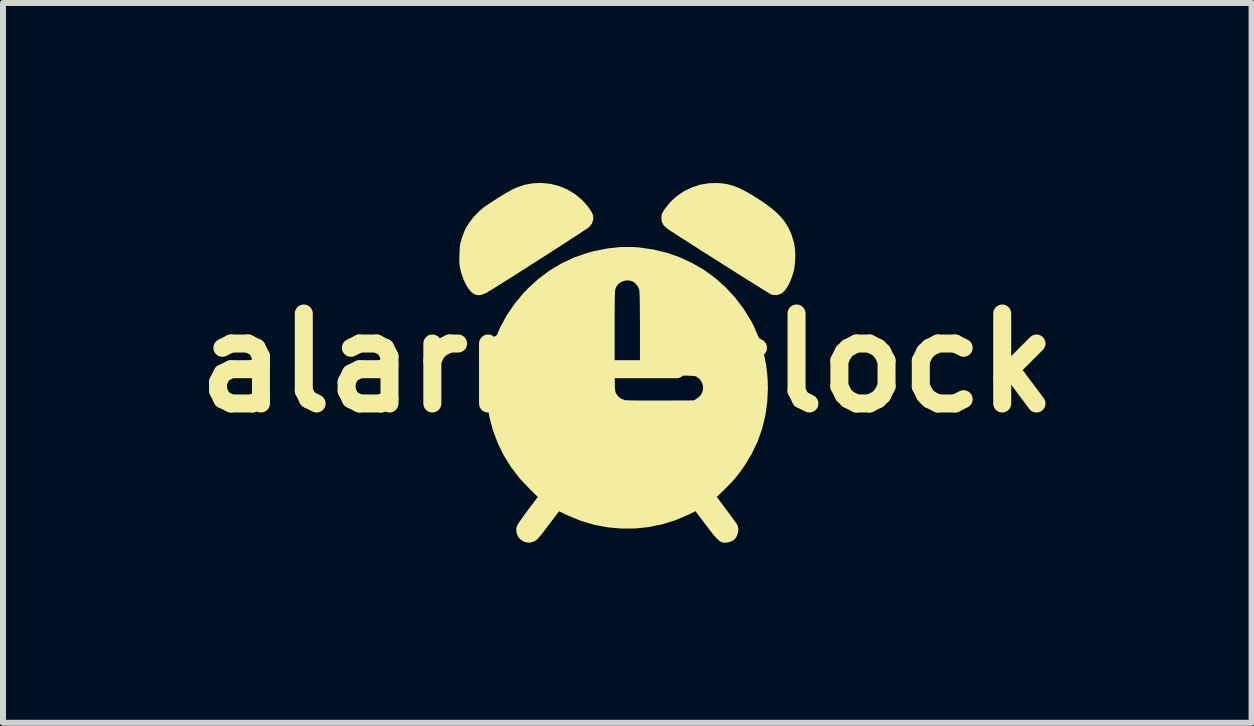
<source format=kicad_pcb>
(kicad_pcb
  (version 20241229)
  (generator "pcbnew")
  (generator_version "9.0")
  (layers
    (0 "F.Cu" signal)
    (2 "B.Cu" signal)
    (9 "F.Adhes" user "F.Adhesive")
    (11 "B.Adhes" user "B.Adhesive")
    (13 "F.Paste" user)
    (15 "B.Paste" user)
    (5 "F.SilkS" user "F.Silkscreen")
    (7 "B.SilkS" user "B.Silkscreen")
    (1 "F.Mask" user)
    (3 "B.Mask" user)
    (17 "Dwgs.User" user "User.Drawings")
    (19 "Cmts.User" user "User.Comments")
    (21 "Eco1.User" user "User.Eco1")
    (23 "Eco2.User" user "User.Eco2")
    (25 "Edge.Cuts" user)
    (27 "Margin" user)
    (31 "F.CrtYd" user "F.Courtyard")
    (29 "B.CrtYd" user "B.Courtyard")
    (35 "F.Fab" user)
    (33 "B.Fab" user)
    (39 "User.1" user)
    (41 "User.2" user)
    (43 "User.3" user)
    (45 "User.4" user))
  (footprint "alarm-clock"
    (layer "F.Cu")
    (at 7.407 2.998)
    (property "Reference" "alarm-clock" (at 0 0 0) (layer "F.SilkS") (effects (font (size 1.5 1.5) (thickness 0.3))))
    (attr board_only exclude_from_pos_files exclude_from_bom)
    (fp_poly (pts (xy 1.583 -2.991) (xy 1.66 -2.979) (xy 1.734 -2.961) (xy 1.81 -2.935) (xy 1.889 -2.901) (xy 1.977 -2.856) (xy 2.075 -2.799) (xy 2.188 -2.729) (xy 2.203 -2.719) (xy 2.338 -2.627) (xy 2.453 -2.537) (xy 2.547 -2.446) (xy 2.625 -2.351) (xy 2.687 -2.251) (xy 2.736 -2.142) (xy 2.773 -2.022) (xy 2.784 -1.977) (xy 2.797 -1.885) (xy 2.801 -1.78) (xy 2.796 -1.672) (xy 2.783 -1.568) (xy 2.761 -1.478) (xy 2.76 -1.477) (xy 2.721 -1.367) (xy 2.678 -1.28) (xy 2.633 -1.214) (xy 2.585 -1.167) (xy 2.55 -1.147) (xy 2.486 -1.128) (xy 2.422 -1.132) (xy 2.397 -1.14) (xy 2.383 -1.147) (xy 2.352 -1.167) (xy 2.303 -1.196) (xy 2.241 -1.235) (xy 2.166 -1.282) (xy 2.08 -1.336) (xy 1.984 -1.396) (xy 1.881 -1.46) (xy 1.773 -1.529) (xy 1.66 -1.6) (xy 1.546 -1.672) (xy 1.431 -1.745) (xy 1.317 -1.817) (xy 1.207 -1.887) (xy 1.101 -1.955) (xy 1.002 -2.018) (xy 0.911 -2.076) (xy 0.831 -2.127) (xy 0.763 -2.172) (xy 0.708 -2.207) (xy 0.701 -2.212) (xy 0.641 -2.257) (xy 0.601 -2.3) (xy 0.578 -2.347) (xy 0.569 -2.402) (xy 0.569 -2.416) (xy 0.57 -2.451) (xy 0.576 -2.48) (xy 0.589 -2.508) (xy 0.612 -2.545) (xy 0.626 -2.566) (xy 0.717 -2.68) (xy 0.825 -2.779) (xy 0.946 -2.861) (xy 1.078 -2.925) (xy 1.218 -2.97) (xy 1.363 -2.994) (xy 1.5 -2.997)) (stroke (width 0) (type solid)) (fill yes) (layer "F.SilkS"))
    (fp_poly (pts (xy -1.278 -2.983) (xy -1.135 -2.946) (xy -0.998 -2.889) (xy -0.87 -2.812) (xy -0.77 -2.73) (xy -0.716 -2.675) (xy -0.665 -2.616) (xy -0.622 -2.557) (xy -0.589 -2.503) (xy -0.57 -2.458) (xy -0.568 -2.449) (xy -0.568 -2.385) (xy -0.589 -2.323) (xy -0.628 -2.27) (xy -0.631 -2.267) (xy -0.647 -2.255) (xy -0.681 -2.231) (xy -0.731 -2.198) (xy -0.796 -2.155) (xy -0.874 -2.104) (xy -0.962 -2.047) (xy -1.059 -1.984) (xy -1.163 -1.917) (xy -1.273 -1.846) (xy -1.386 -1.774) (xy -1.501 -1.7) (xy -1.616 -1.627) (xy -1.729 -1.555) (xy -1.838 -1.485) (xy -1.941 -1.42) (xy -2.038 -1.359) (xy -2.125 -1.304) (xy -2.201 -1.257) (xy -2.265 -1.217) (xy -2.314 -1.188) (xy -2.347 -1.168) (xy -2.354 -1.164) (xy -2.42 -1.136) (xy -2.477 -1.126) (xy -2.529 -1.135) (xy -2.552 -1.145) (xy -2.6 -1.179) (xy -2.646 -1.233) (xy -2.69 -1.304) (xy -2.73 -1.389) (xy -2.763 -1.484) (xy -2.779 -1.543) (xy -2.79 -1.591) (xy -2.796 -1.634) (xy -2.8 -1.68) (xy -2.8 -1.735) (xy -2.798 -1.806) (xy -2.798 -1.811) (xy -2.795 -1.882) (xy -2.791 -1.936) (xy -2.785 -1.981) (xy -2.775 -2.023) (xy -2.761 -2.069) (xy -2.756 -2.083) (xy -2.733 -2.149) (xy -2.713 -2.201) (xy -2.692 -2.245) (xy -2.665 -2.29) (xy -2.633 -2.338) (xy -2.562 -2.431) (xy -2.476 -2.52) (xy -2.383 -2.599) (xy -2.34 -2.629) (xy -2.227 -2.703) (xy -2.122 -2.769) (xy -2.029 -2.826) (xy -1.949 -2.871) (xy -1.885 -2.905) (xy -1.86 -2.916) (xy -1.718 -2.966) (xy -1.571 -2.993) (xy -1.424 -2.998)) (stroke (width 0) (type solid)) (fill yes) (layer "F.SilkS"))
    (fp_poly (pts (xy 0.199 -1.923) (xy 0.433 -1.889) (xy 0.66 -1.834) (xy 0.878 -1.758) (xy 1.086 -1.661) (xy 1.283 -1.546) (xy 1.467 -1.412) (xy 1.638 -1.26) (xy 1.795 -1.091) (xy 1.935 -0.907) (xy 2.059 -0.707) (xy 2.104 -0.622) (xy 2.196 -0.412) (xy 2.266 -0.196) (xy 2.314 0.028) (xy 2.339 0.259) (xy 2.344 0.418) (xy 2.333 0.654) (xy 2.301 0.881) (xy 2.248 1.099) (xy 2.173 1.31) (xy 2.076 1.513) (xy 1.972 1.688) (xy 1.896 1.799) (xy 1.821 1.897) (xy 1.74 1.99) (xy 1.647 2.085) (xy 1.621 2.111) (xy 1.492 2.235) (xy 1.661 2.462) (xy 1.709 2.526) (xy 1.753 2.586) (xy 1.79 2.638) (xy 1.819 2.68) (xy 1.836 2.707) (xy 1.841 2.716) (xy 1.852 2.773) (xy 1.845 2.835) (xy 1.823 2.894) (xy 1.789 2.941) (xy 1.785 2.945) (xy 1.742 2.972) (xy 1.688 2.992) (xy 1.634 3) (xy 1.633 3) (xy 1.603 2.998) (xy 1.575 2.991) (xy 1.547 2.977) (xy 1.517 2.953) (xy 1.482 2.919) (xy 1.441 2.872) (xy 1.391 2.809) (xy 1.33 2.73) (xy 1.316 2.711) (xy 1.137 2.474) (xy 1.005 2.538) (xy 0.794 2.627) (xy 0.576 2.694) (xy 0.354 2.739) (xy 0.128 2.762) (xy -0.099 2.763) (xy -0.324 2.743) (xy -0.547 2.701) (xy -0.766 2.637) (xy -0.978 2.551) (xy -1.005 2.538) (xy -1.137 2.475) (xy -1.316 2.711) (xy -1.374 2.788) (xy -1.42 2.847) (xy -1.457 2.892) (xy -1.487 2.925) (xy -1.51 2.949) (xy -1.531 2.965) (xy -1.547 2.974) (xy -1.612 2.997) (xy -1.675 2.996) (xy -1.73 2.978) (xy -1.786 2.941) (xy -1.826 2.889) (xy -1.848 2.826) (xy -1.85 2.756) (xy -1.847 2.739) (xy -1.837 2.714) (xy -1.811 2.671) (xy -1.771 2.612) (xy -1.717 2.536) (xy -1.666 2.467) (xy -1.492 2.236) (xy -1.632 2.099) (xy -1.794 1.927) (xy -1.936 1.741) (xy -2.059 1.545) (xy -2.16 1.338) (xy -2.241 1.122) (xy -2.3 0.897) (xy -2.332 0.703) (xy -2.339 0.633) (xy -2.342 0.547) (xy -2.344 0.452) (xy -2.344 0.353) (xy -2.341 0.258) (xy -2.336 0.172) (xy -2.329 0.102) (xy -2.327 0.092) (xy -2.28 -0.143) (xy -2.212 -0.369) (xy -2.209 -0.375) (xy -0.211 -0.375) (xy -0.211 -0.215) (xy -0.211 -0.076) (xy -0.211 0.042) (xy -0.21 0.142) (xy -0.21 0.225) (xy -0.209 0.294) (xy -0.208 0.349) (xy -0.207 0.393) (xy -0.205 0.427) (xy -0.203 0.452) (xy -0.2 0.472) (xy -0.197 0.486) (xy -0.193 0.498) (xy -0.189 0.508) (xy -0.187 0.512) (xy -0.15 0.563) (xy -0.096 0.602) (xy -0.043 0.622) (xy -0.024 0.624) (xy 0.016 0.625) (xy 0.075 0.627) (xy 0.149 0.628) (xy 0.237 0.629) (xy 0.336 0.629) (xy 0.443 0.629) (xy 0.551 0.629) (xy 1.108 0.627) (xy 1.162 0.595) (xy 1.213 0.553) (xy 1.246 0.501) (xy 1.262 0.443) (xy 1.261 0.383) (xy 1.244 0.325) (xy 1.21 0.275) (xy 1.161 0.236) (xy 1.133 0.223) (xy 1.111 0.22) (xy 1.067 0.217) (xy 1.001 0.214) (xy 0.914 0.213) (xy 0.807 0.211) (xy 0.681 0.211) (xy 0.656 0.211) (xy 0.211 0.211) (xy 0.211 -0.484) (xy 0.211 -0.644) (xy 0.21 -0.786) (xy 0.209 -0.91) (xy 0.208 -1.015) (xy 0.206 -1.099) (xy 0.204 -1.162) (xy 0.201 -1.204) (xy 0.199 -1.222) (xy 0.174 -1.276) (xy 0.133 -1.325) (xy 0.092 -1.355) (xy 0.033 -1.373) (xy -0.03 -1.372) (xy -0.09 -1.353) (xy -0.143 -1.319) (xy -0.182 -1.271) (xy -0.186 -1.262) (xy -0.191 -1.252) (xy -0.195 -1.241) (xy -0.199 -1.228) (xy -0.202 -1.211) (xy -0.204 -1.189) (xy -0.206 -1.158) (xy -0.208 -1.119) (xy -0.209 -1.069) (xy -0.21 -1.007) (xy -0.21 -0.93) (xy -0.211 -0.837) (xy -0.211 -0.727) (xy -0.211 -0.597) (xy -0.211 -0.447) (xy -0.211 -0.375) (xy -2.209 -0.375) (xy -2.123 -0.583) (xy -2.013 -0.787) (xy -1.882 -0.98) (xy -1.731 -1.162) (xy -1.659 -1.237) (xy -1.484 -1.397) (xy -1.298 -1.537) (xy -1.101 -1.655) (xy -0.893 -1.753) (xy -0.674 -1.83) (xy -0.551 -1.863) (xy -0.334 -1.906) (xy -0.124 -1.929) (xy 0.081 -1.931)) (stroke (width 0) (type solid)) (fill yes) (layer "F.SilkS")))
  (gr_rect
    (start -3 -3)
    (end 17.814 8.999)
    (stroke (width 0.1) (type default))
    (fill no)
    (layer "Edge.Cuts")))
</source>
